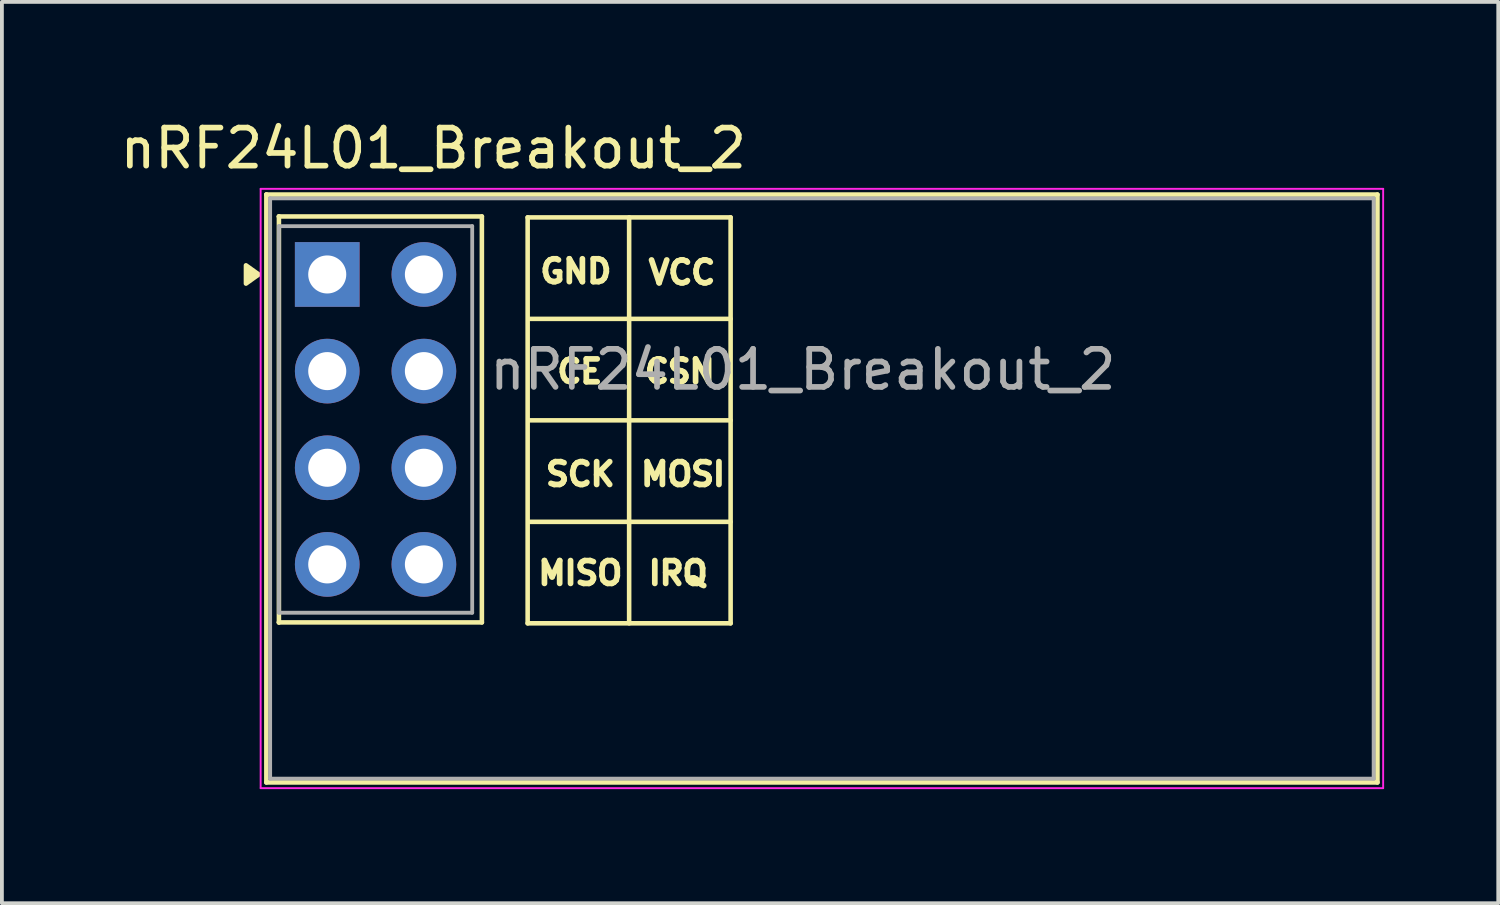
<source format=kicad_pcb>
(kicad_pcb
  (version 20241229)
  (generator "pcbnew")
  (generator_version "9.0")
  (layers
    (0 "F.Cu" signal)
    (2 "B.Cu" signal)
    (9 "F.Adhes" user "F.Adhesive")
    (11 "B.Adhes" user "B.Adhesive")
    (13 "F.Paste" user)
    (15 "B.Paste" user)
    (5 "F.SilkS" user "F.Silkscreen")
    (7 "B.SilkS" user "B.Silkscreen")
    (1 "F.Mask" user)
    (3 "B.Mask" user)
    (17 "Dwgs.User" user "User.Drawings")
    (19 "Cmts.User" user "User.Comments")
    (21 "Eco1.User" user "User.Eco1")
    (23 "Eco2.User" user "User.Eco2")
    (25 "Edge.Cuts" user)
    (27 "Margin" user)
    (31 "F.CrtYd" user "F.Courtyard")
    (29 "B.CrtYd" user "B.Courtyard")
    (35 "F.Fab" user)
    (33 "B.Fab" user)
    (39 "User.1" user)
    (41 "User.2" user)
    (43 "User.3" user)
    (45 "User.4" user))
  (footprint "nRF24L01_Breakout_2"
    (layer "F.Cu")
    (at 5.55 4.163)
    (property "Reference" "nRF24L01_Breakout_2" (at 2.789 -3.315 0) (layer "F.SilkS") (effects (font (size 1 1) (thickness 0.15))))
    (attr through_hole)
    (fp_line (start -1.6 -2.1) (end -1.6 -2.1) (stroke (width 0.12) (type solid)) (layer "F.SilkS"))
    (fp_line (start -1.6 -2.1) (end 27.6 -2.1) (stroke (width 0.12) (type solid)) (layer "F.SilkS"))
    (fp_line (start -1.6 13.35) (end -1.6 -2.1) (stroke (width 0.12) (type solid)) (layer "F.SilkS"))
    (fp_line (start -1.27 -1.524) (end -1.27 -1.524) (stroke (width 0.12) (type solid)) (layer "F.SilkS"))
    (fp_line (start -1.27 -1.524) (end 4.064 -1.524) (stroke (width 0.12) (type solid)) (layer "F.SilkS"))
    (fp_line (start -1.27 9.144) (end -1.27 -1.524) (stroke (width 0.12) (type solid)) (layer "F.SilkS"))
    (fp_line (start -1.27 9.144) (end -1.27 9.144) (stroke (width 0.12) (type solid)) (layer "F.SilkS"))
    (fp_line (start 4.064 -1.524) (end 4.064 9.144) (stroke (width 0.12) (type solid)) (layer "F.SilkS"))
    (fp_line (start 4.064 9.144) (end -1.27 9.144) (stroke (width 0.12) (type solid)) (layer "F.SilkS"))
    (fp_line (start 5.267 -1.5) (end 10.601 -1.5) (stroke (width 0.12) (type solid)) (layer "F.SilkS"))
    (fp_line (start 5.267 9.168) (end 5.267 -1.5) (stroke (width 0.12) (type solid)) (layer "F.SilkS"))
    (fp_line (start 5.3 1.167) (end 10.6 1.167) (stroke (width 0.12) (type solid)) (layer "F.SilkS"))
    (fp_line (start 5.3 3.834) (end 10.601 3.834) (stroke (width 0.12) (type solid)) (layer "F.SilkS"))
    (fp_line (start 5.3 6.501) (end 10.6 6.501) (stroke (width 0.12) (type solid)) (layer "F.SilkS"))
    (fp_line (start 7.934 -1.5) (end 7.934 9.168) (stroke (width 0.12) (type solid)) (layer "F.SilkS"))
    (fp_line (start 10.601 -1.5) (end 10.601 9.168) (stroke (width 0.12) (type solid)) (layer "F.SilkS"))
    (fp_line (start 10.601 9.168) (end 5.267 9.168) (stroke (width 0.12) (type solid)) (layer "F.SilkS"))
    (fp_line (start 27.6 -2.1) (end 27.6 13.35) (stroke (width 0.12) (type solid)) (layer "F.SilkS"))
    (fp_line (start 27.6 13.35) (end -1.6 13.35) (stroke (width 0.12) (type solid)) (layer "F.SilkS"))
    (fp_poly (pts (xy -1.8 0) (xy -2.136 0.24) (xy -2.136 -0.24) (xy -1.8 0)) (stroke (width 0.12) (type solid)) (fill yes) (layer "F.SilkS"))
    (fp_line (start -1.75 -2.25) (end -1.75 13.5) (stroke (width 0.05) (type solid)) (layer "F.CrtYd"))
    (fp_line (start -1.75 13.5) (end 27.75 13.5) (stroke (width 0.05) (type solid)) (layer "F.CrtYd"))
    (fp_line (start 27.75 -2.25) (end -1.75 -2.25) (stroke (width 0.05) (type solid)) (layer "F.CrtYd"))
    (fp_line (start 27.75 -2.25) (end 27.75 -2.25) (stroke (width 0.05) (type solid)) (layer "F.CrtYd"))
    (fp_line (start 27.75 13.5) (end 27.75 -2.25) (stroke (width 0.05) (type solid)) (layer "F.CrtYd"))
    (fp_line (start -1.5 -2) (end -1.5 -2) (stroke (width 0.1) (type solid)) (layer "F.Fab"))
    (fp_line (start -1.5 -2) (end 27.5 -2) (stroke (width 0.1) (type solid)) (layer "F.Fab"))
    (fp_line (start -1.5 13.25) (end -1.5 -2) (stroke (width 0.1) (type solid)) (layer "F.Fab"))
    (fp_line (start -1.27 -1.27) (end -1.27 -1.27) (stroke (width 0.1) (type solid)) (layer "F.Fab"))
    (fp_line (start -1.27 -1.27) (end 3.81 -1.27) (stroke (width 0.1) (type solid)) (layer "F.Fab"))
    (fp_line (start -1.27 8.89) (end -1.27 -1.27) (stroke (width 0.1) (type solid)) (layer "F.Fab"))
    (fp_line (start 3.81 -1.27) (end 3.81 8.89) (stroke (width 0.1) (type solid)) (layer "F.Fab"))
    (fp_line (start 3.81 8.89) (end -1.27 8.89) (stroke (width 0.1) (type solid)) (layer "F.Fab"))
    (fp_line (start 27.5 -2) (end 27.5 13.25) (stroke (width 0.1) (type solid)) (layer "F.Fab"))
    (fp_line (start 27.5 13.25) (end -1.5 13.25) (stroke (width 0.1) (type solid)) (layer "F.Fab"))
    (fp_text user "SCK" (at 5.667 5.6 0) (unlocked yes) (layer "F.SilkS") (effects (font (size 0.6 0.6) (thickness 0.15) (bold yes)) (justify left bottom)))
    (fp_text user "IRQ" (at 8.367 8.2 0) (unlocked yes) (layer "F.SilkS") (effects (font (size 0.6 0.6) (thickness 0.15) (bold yes)) (justify left bottom)))
    (fp_text user "MOSI" (at 8.167 5.6 0) (unlocked yes) (layer "F.SilkS") (effects (font (size 0.6 0.6) (thickness 0.15) (bold yes)) (justify left bottom)))
    (fp_text user "CSN" (at 8.267 2.9 0) (unlocked yes) (layer "F.SilkS") (effects (font (size 0.6 0.6) (thickness 0.15) (bold yes)) (justify left bottom)))
    (fp_text user "MISO" (at 5.467 8.2 0) (unlocked yes) (layer "F.SilkS") (effects (font (size 0.6 0.6) (thickness 0.15) (bold yes)) (justify left bottom)))
    (fp_text user "VCC" (at 8.367 0.3 0) (unlocked yes) (layer "F.SilkS") (effects (font (size 0.6 0.6) (thickness 0.15) (bold yes)) (justify left bottom)))
    (fp_text user "GND" (at 5.521 0.269 0) (unlocked yes) (layer "F.SilkS") (effects (font (size 0.6 0.6) (thickness 0.15) (bold yes)) (justify left bottom)))
    (fp_text user "CE" (at 5.967 2.9 0) (unlocked yes) (layer "F.SilkS") (effects (font (size 0.6 0.6) (thickness 0.15) (bold yes)) (justify left bottom)))
    (fp_text user "${REFERENCE}" (at 12.5 2.5 0) (layer "F.Fab") (effects (font (size 1 1) (thickness 0.15))))
    (pad "1" thru_hole rect (at 0 0) (size 1.7 1.7) (drill 1) (layers "*.Cu" "*.Mask"))
    (pad "2" thru_hole circle (at 2.54 0) (size 1.7 1.7) (drill 1) (layers "*.Cu" "*.Mask"))
    (pad "3" thru_hole circle (at 0 2.54) (size 1.7 1.7) (drill 1) (layers "*.Cu" "*.Mask"))
    (pad "4" thru_hole circle (at 2.54 2.54) (size 1.7 1.7) (drill 1) (layers "*.Cu" "*.Mask"))
    (pad "5" thru_hole circle (at 0 5.08) (size 1.7 1.7) (drill 1) (layers "*.Cu" "*.Mask"))
    (pad "6" thru_hole circle (at 2.54 5.08) (size 1.7 1.7) (drill 1) (layers "*.Cu" "*.Mask"))
    (pad "7" thru_hole circle (at 0 7.62) (size 1.7 1.7) (drill 1) (layers "*.Cu" "*.Mask"))
    (pad "8" thru_hole circle (at 2.54 7.62) (size 1.7 1.7) (drill 1) (layers "*.Cu" "*.Mask")))
  (gr_rect
    (start -3 -3)
    (end 36.325 20.688)
    (stroke (width 0.1) (type default))
    (fill no)
    (layer "Edge.Cuts")))
</source>
